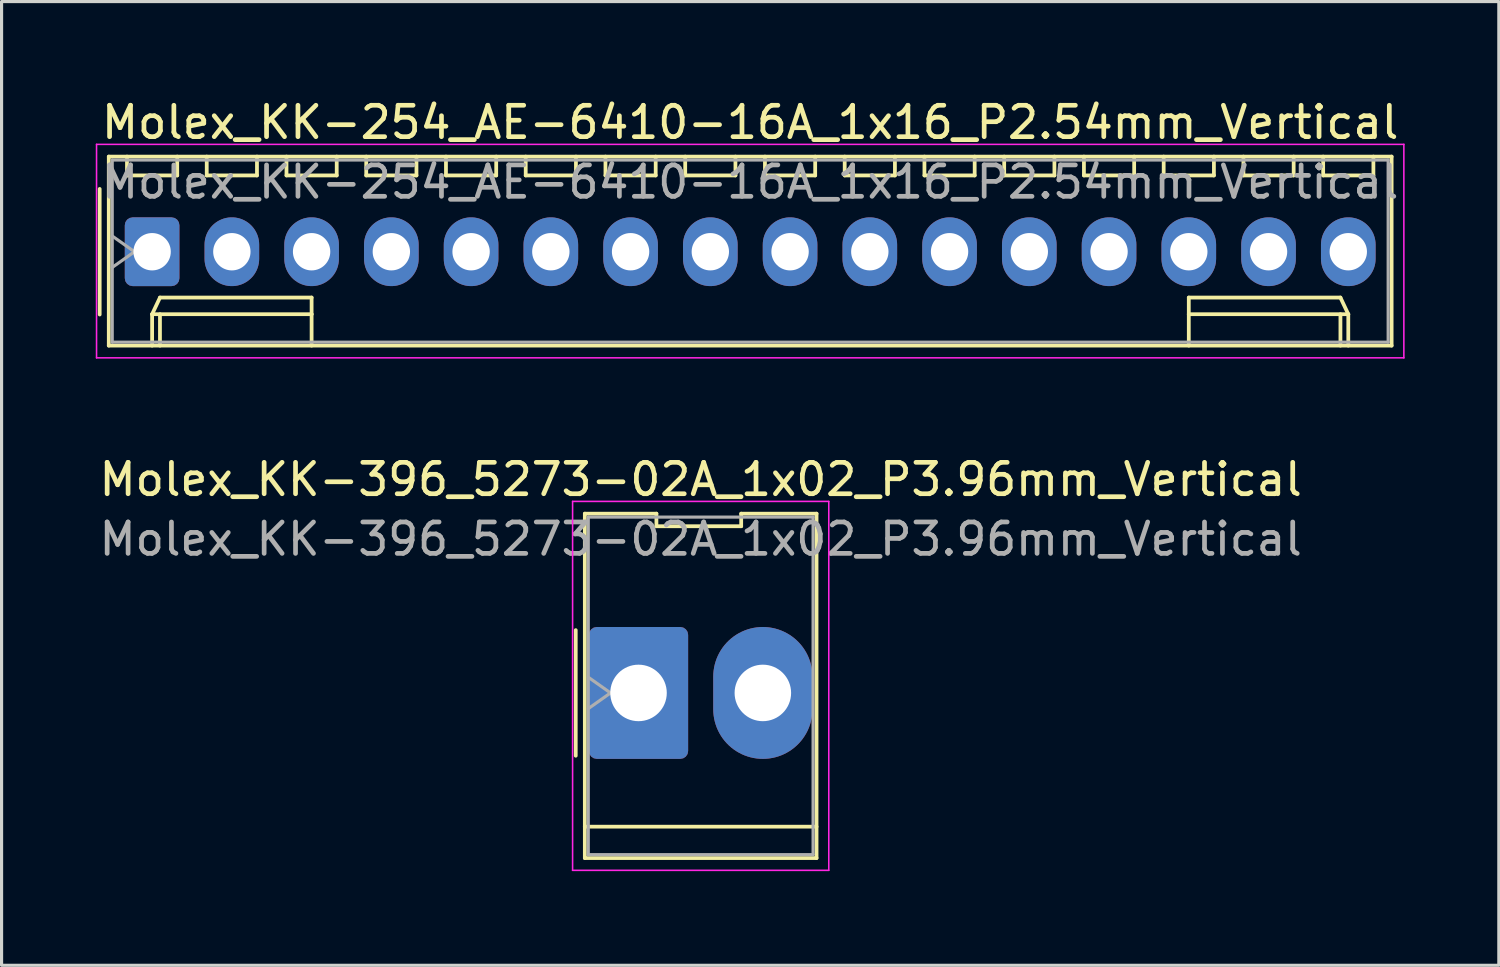
<source format=kicad_pcb>
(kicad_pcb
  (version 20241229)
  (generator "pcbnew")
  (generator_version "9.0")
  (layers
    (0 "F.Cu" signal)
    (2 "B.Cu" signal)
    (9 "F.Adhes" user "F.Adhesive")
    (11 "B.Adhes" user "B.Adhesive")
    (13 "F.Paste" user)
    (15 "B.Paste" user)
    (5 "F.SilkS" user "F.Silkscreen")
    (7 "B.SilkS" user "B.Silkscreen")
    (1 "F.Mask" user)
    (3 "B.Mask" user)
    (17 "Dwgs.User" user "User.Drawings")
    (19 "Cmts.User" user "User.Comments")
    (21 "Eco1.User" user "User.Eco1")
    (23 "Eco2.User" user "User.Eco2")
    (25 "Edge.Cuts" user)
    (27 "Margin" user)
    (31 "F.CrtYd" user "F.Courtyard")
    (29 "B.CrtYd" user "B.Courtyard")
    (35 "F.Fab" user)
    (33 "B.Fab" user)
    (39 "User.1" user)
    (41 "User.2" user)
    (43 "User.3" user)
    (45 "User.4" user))
  (footprint "Molex_KK-396_5273-02A_1x02_P3.96mm_Vertical"
    (layer "F.Cu")
    (at 17.288 19.021)
    (property "Reference" "Molex_KK-396_5273-02A_1x02_P3.96mm_Vertical" (at 1.98 -6.8 0) (layer "F.SilkS") (effects (font (size 1 1) (thickness 0.15))))
    (attr through_hole)
    (fp_line (start -2 -2) (end -2 2) (stroke (width 0.12) (type solid)) (layer "F.SilkS"))
    (fp_line (start -1.71 -5.71) (end 0.57 -5.71) (stroke (width 0.12) (type solid)) (layer "F.SilkS"))
    (fp_line (start -1.71 4.26) (end -1.71 -5.71) (stroke (width 0.12) (type solid)) (layer "F.SilkS"))
    (fp_line (start -1.71 4.26) (end 5.67 4.26) (stroke (width 0.12) (type solid)) (layer "F.SilkS"))
    (fp_line (start -1.71 5.26) (end -1.71 4.26) (stroke (width 0.12) (type solid)) (layer "F.SilkS"))
    (fp_line (start 0.57 -5.71) (end 0.57 -5.31) (stroke (width 0.12) (type solid)) (layer "F.SilkS"))
    (fp_line (start 0.57 -5.31) (end 3.27 -5.31) (stroke (width 0.12) (type solid)) (layer "F.SilkS"))
    (fp_line (start 3.27 -5.71) (end 5.67 -5.71) (stroke (width 0.12) (type solid)) (layer "F.SilkS"))
    (fp_line (start 3.27 -5.31) (end 3.27 -5.71) (stroke (width 0.12) (type solid)) (layer "F.SilkS"))
    (fp_line (start 5.67 -5.71) (end 5.67 5.26) (stroke (width 0.12) (type solid)) (layer "F.SilkS"))
    (fp_line (start 5.67 5.26) (end -1.71 5.26) (stroke (width 0.12) (type solid)) (layer "F.SilkS"))
    (fp_line (start -2.1 -6.1) (end -2.1 5.65) (stroke (width 0.05) (type solid)) (layer "F.CrtYd"))
    (fp_line (start -2.1 5.65) (end 6.06 5.65) (stroke (width 0.05) (type solid)) (layer "F.CrtYd"))
    (fp_line (start 6.06 -6.1) (end -2.1 -6.1) (stroke (width 0.05) (type solid)) (layer "F.CrtYd"))
    (fp_line (start 6.06 5.65) (end 6.06 -6.1) (stroke (width 0.05) (type solid)) (layer "F.CrtYd"))
    (fp_line (start -1.6 -5.6) (end 5.56 -5.6) (stroke (width 0.1) (type solid)) (layer "F.Fab"))
    (fp_line (start -1.6 -0.5) (end -0.893 0) (stroke (width 0.1) (type solid)) (layer "F.Fab"))
    (fp_line (start -1.6 5.15) (end -1.6 -5.6) (stroke (width 0.1) (type solid)) (layer "F.Fab"))
    (fp_line (start -0.893 0) (end -1.6 0.5) (stroke (width 0.1) (type solid)) (layer "F.Fab"))
    (fp_line (start 5.56 -5.6) (end 5.56 5.15) (stroke (width 0.1) (type solid)) (layer "F.Fab"))
    (fp_line (start 5.56 5.15) (end -1.6 5.15) (stroke (width 0.1) (type solid)) (layer "F.Fab"))
    (fp_text user "${REFERENCE}" (at 1.98 -4.9 0) (layer "F.Fab") (effects (font (size 1 1) (thickness 0.15))))
    (pad "1" thru_hole roundrect (at 0 0) (size 3.16 4.2) (drill 1.8) (layers "*.Cu" "*.Mask") (roundrect_rratio 0.079))
    (pad "2" thru_hole oval (at 3.96 0) (size 3.16 4.2) (drill 1.8) (layers "*.Cu" "*.Mask")))
  (footprint "Molex_KK-254_AE-6410-16A_1x16_P2.54mm_Vertical"
    (layer "F.Cu")
    (at 1.795 4.968)
    (property "Reference" "Molex_KK-254_AE-6410-16A_1x16_P2.54mm_Vertical" (at 19.05 -4.12 0) (layer "F.SilkS") (effects (font (size 1 1) (thickness 0.15))))
    (attr through_hole)
    (fp_line (start -1.67 -2) (end -1.67 2) (stroke (width 0.12) (type solid)) (layer "F.SilkS"))
    (fp_line (start -1.38 -3.03) (end -1.38 2.99) (stroke (width 0.12) (type solid)) (layer "F.SilkS"))
    (fp_line (start -1.38 2.99) (end 39.48 2.99) (stroke (width 0.12) (type solid)) (layer "F.SilkS"))
    (fp_line (start -0.8 -3.03) (end -0.8 -2.43) (stroke (width 0.12) (type solid)) (layer "F.SilkS"))
    (fp_line (start -0.8 -2.43) (end 0.8 -2.43) (stroke (width 0.12) (type solid)) (layer "F.SilkS"))
    (fp_line (start 0 1.99) (end 0.25 1.46) (stroke (width 0.12) (type solid)) (layer "F.SilkS"))
    (fp_line (start 0 1.99) (end 5.08 1.99) (stroke (width 0.12) (type solid)) (layer "F.SilkS"))
    (fp_line (start 0 2.99) (end 0 1.99) (stroke (width 0.12) (type solid)) (layer "F.SilkS"))
    (fp_line (start 0.25 1.46) (end 5.08 1.46) (stroke (width 0.12) (type solid)) (layer "F.SilkS"))
    (fp_line (start 0.25 2.99) (end 0.25 1.99) (stroke (width 0.12) (type solid)) (layer "F.SilkS"))
    (fp_line (start 0.8 -2.43) (end 0.8 -3.03) (stroke (width 0.12) (type solid)) (layer "F.SilkS"))
    (fp_line (start 1.74 -3.03) (end 1.74 -2.43) (stroke (width 0.12) (type solid)) (layer "F.SilkS"))
    (fp_line (start 1.74 -2.43) (end 3.34 -2.43) (stroke (width 0.12) (type solid)) (layer "F.SilkS"))
    (fp_line (start 3.34 -2.43) (end 3.34 -3.03) (stroke (width 0.12) (type solid)) (layer "F.SilkS"))
    (fp_line (start 4.28 -3.03) (end 4.28 -2.43) (stroke (width 0.12) (type solid)) (layer "F.SilkS"))
    (fp_line (start 4.28 -2.43) (end 5.88 -2.43) (stroke (width 0.12) (type solid)) (layer "F.SilkS"))
    (fp_line (start 5.08 1.46) (end 5.08 1.99) (stroke (width 0.12) (type solid)) (layer "F.SilkS"))
    (fp_line (start 5.08 1.99) (end 5.08 2.99) (stroke (width 0.12) (type solid)) (layer "F.SilkS"))
    (fp_line (start 5.88 -2.43) (end 5.88 -3.03) (stroke (width 0.12) (type solid)) (layer "F.SilkS"))
    (fp_line (start 6.82 -3.03) (end 6.82 -2.43) (stroke (width 0.12) (type solid)) (layer "F.SilkS"))
    (fp_line (start 6.82 -2.43) (end 8.42 -2.43) (stroke (width 0.12) (type solid)) (layer "F.SilkS"))
    (fp_line (start 8.42 -2.43) (end 8.42 -3.03) (stroke (width 0.12) (type solid)) (layer "F.SilkS"))
    (fp_line (start 9.36 -3.03) (end 9.36 -2.43) (stroke (width 0.12) (type solid)) (layer "F.SilkS"))
    (fp_line (start 9.36 -2.43) (end 10.96 -2.43) (stroke (width 0.12) (type solid)) (layer "F.SilkS"))
    (fp_line (start 10.96 -2.43) (end 10.96 -3.03) (stroke (width 0.12) (type solid)) (layer "F.SilkS"))
    (fp_line (start 11.9 -3.03) (end 11.9 -2.43) (stroke (width 0.12) (type solid)) (layer "F.SilkS"))
    (fp_line (start 11.9 -2.43) (end 13.5 -2.43) (stroke (width 0.12) (type solid)) (layer "F.SilkS"))
    (fp_line (start 13.5 -2.43) (end 13.5 -3.03) (stroke (width 0.12) (type solid)) (layer "F.SilkS"))
    (fp_line (start 14.44 -3.03) (end 14.44 -2.43) (stroke (width 0.12) (type solid)) (layer "F.SilkS"))
    (fp_line (start 14.44 -2.43) (end 16.04 -2.43) (stroke (width 0.12) (type solid)) (layer "F.SilkS"))
    (fp_line (start 16.04 -2.43) (end 16.04 -3.03) (stroke (width 0.12) (type solid)) (layer "F.SilkS"))
    (fp_line (start 16.98 -3.03) (end 16.98 -2.43) (stroke (width 0.12) (type solid)) (layer "F.SilkS"))
    (fp_line (start 16.98 -2.43) (end 18.58 -2.43) (stroke (width 0.12) (type solid)) (layer "F.SilkS"))
    (fp_line (start 18.58 -2.43) (end 18.58 -3.03) (stroke (width 0.12) (type solid)) (layer "F.SilkS"))
    (fp_line (start 19.52 -3.03) (end 19.52 -2.43) (stroke (width 0.12) (type solid)) (layer "F.SilkS"))
    (fp_line (start 19.52 -2.43) (end 21.12 -2.43) (stroke (width 0.12) (type solid)) (layer "F.SilkS"))
    (fp_line (start 21.12 -2.43) (end 21.12 -3.03) (stroke (width 0.12) (type solid)) (layer "F.SilkS"))
    (fp_line (start 22.06 -3.03) (end 22.06 -2.43) (stroke (width 0.12) (type solid)) (layer "F.SilkS"))
    (fp_line (start 22.06 -2.43) (end 23.66 -2.43) (stroke (width 0.12) (type solid)) (layer "F.SilkS"))
    (fp_line (start 23.66 -2.43) (end 23.66 -3.03) (stroke (width 0.12) (type solid)) (layer "F.SilkS"))
    (fp_line (start 24.6 -3.03) (end 24.6 -2.43) (stroke (width 0.12) (type solid)) (layer "F.SilkS"))
    (fp_line (start 24.6 -2.43) (end 26.2 -2.43) (stroke (width 0.12) (type solid)) (layer "F.SilkS"))
    (fp_line (start 26.2 -2.43) (end 26.2 -3.03) (stroke (width 0.12) (type solid)) (layer "F.SilkS"))
    (fp_line (start 27.14 -3.03) (end 27.14 -2.43) (stroke (width 0.12) (type solid)) (layer "F.SilkS"))
    (fp_line (start 27.14 -2.43) (end 28.74 -2.43) (stroke (width 0.12) (type solid)) (layer "F.SilkS"))
    (fp_line (start 28.74 -2.43) (end 28.74 -3.03) (stroke (width 0.12) (type solid)) (layer "F.SilkS"))
    (fp_line (start 29.68 -3.03) (end 29.68 -2.43) (stroke (width 0.12) (type solid)) (layer "F.SilkS"))
    (fp_line (start 29.68 -2.43) (end 31.28 -2.43) (stroke (width 0.12) (type solid)) (layer "F.SilkS"))
    (fp_line (start 31.28 -2.43) (end 31.28 -3.03) (stroke (width 0.12) (type solid)) (layer "F.SilkS"))
    (fp_line (start 32.22 -3.03) (end 32.22 -2.43) (stroke (width 0.12) (type solid)) (layer "F.SilkS"))
    (fp_line (start 32.22 -2.43) (end 33.82 -2.43) (stroke (width 0.12) (type solid)) (layer "F.SilkS"))
    (fp_line (start 33.02 1.46) (end 33.02 1.99) (stroke (width 0.12) (type solid)) (layer "F.SilkS"))
    (fp_line (start 33.02 1.99) (end 33.02 2.99) (stroke (width 0.12) (type solid)) (layer "F.SilkS"))
    (fp_line (start 33.82 -2.43) (end 33.82 -3.03) (stroke (width 0.12) (type solid)) (layer "F.SilkS"))
    (fp_line (start 34.76 -3.03) (end 34.76 -2.43) (stroke (width 0.12) (type solid)) (layer "F.SilkS"))
    (fp_line (start 34.76 -2.43) (end 36.36 -2.43) (stroke (width 0.12) (type solid)) (layer "F.SilkS"))
    (fp_line (start 36.36 -2.43) (end 36.36 -3.03) (stroke (width 0.12) (type solid)) (layer "F.SilkS"))
    (fp_line (start 37.3 -3.03) (end 37.3 -2.43) (stroke (width 0.12) (type solid)) (layer "F.SilkS"))
    (fp_line (start 37.3 -2.43) (end 38.9 -2.43) (stroke (width 0.12) (type solid)) (layer "F.SilkS"))
    (fp_line (start 37.85 1.46) (end 33.02 1.46) (stroke (width 0.12) (type solid)) (layer "F.SilkS"))
    (fp_line (start 37.85 2.99) (end 37.85 1.99) (stroke (width 0.12) (type solid)) (layer "F.SilkS"))
    (fp_line (start 38.1 1.99) (end 33.02 1.99) (stroke (width 0.12) (type solid)) (layer "F.SilkS"))
    (fp_line (start 38.1 1.99) (end 37.85 1.46) (stroke (width 0.12) (type solid)) (layer "F.SilkS"))
    (fp_line (start 38.1 2.99) (end 38.1 1.99) (stroke (width 0.12) (type solid)) (layer "F.SilkS"))
    (fp_line (start 38.9 -2.43) (end 38.9 -3.03) (stroke (width 0.12) (type solid)) (layer "F.SilkS"))
    (fp_line (start 39.48 -3.03) (end -1.38 -3.03) (stroke (width 0.12) (type solid)) (layer "F.SilkS"))
    (fp_line (start 39.48 2.99) (end 39.48 -3.03) (stroke (width 0.12) (type solid)) (layer "F.SilkS"))
    (fp_line (start -1.77 -3.42) (end -1.77 3.38) (stroke (width 0.05) (type solid)) (layer "F.CrtYd"))
    (fp_line (start -1.77 3.38) (end 39.87 3.38) (stroke (width 0.05) (type solid)) (layer "F.CrtYd"))
    (fp_line (start 39.87 -3.42) (end -1.77 -3.42) (stroke (width 0.05) (type solid)) (layer "F.CrtYd"))
    (fp_line (start 39.87 3.38) (end 39.87 -3.42) (stroke (width 0.05) (type solid)) (layer "F.CrtYd"))
    (fp_line (start -1.27 -2.92) (end -1.27 2.88) (stroke (width 0.1) (type solid)) (layer "F.Fab"))
    (fp_line (start -1.27 -0.5) (end -0.563 0) (stroke (width 0.1) (type solid)) (layer "F.Fab"))
    (fp_line (start -1.27 2.88) (end 39.37 2.88) (stroke (width 0.1) (type solid)) (layer "F.Fab"))
    (fp_line (start -0.563 0) (end -1.27 0.5) (stroke (width 0.1) (type solid)) (layer "F.Fab"))
    (fp_line (start 39.37 -2.92) (end -1.27 -2.92) (stroke (width 0.1) (type solid)) (layer "F.Fab"))
    (fp_line (start 39.37 2.88) (end 39.37 -2.92) (stroke (width 0.1) (type solid)) (layer "F.Fab"))
    (fp_text user "${REFERENCE}" (at 19.05 -2.22 0) (layer "F.Fab") (effects (font (size 1 1) (thickness 0.15))))
    (pad "1" thru_hole roundrect (at 0 0) (size 1.74 2.19) (drill 1.19) (layers "*.Cu" "*.Mask") (roundrect_rratio 0.144))
    (pad "2" thru_hole oval (at 2.54 0) (size 1.74 2.19) (drill 1.19) (layers "*.Cu" "*.Mask"))
    (pad "3" thru_hole oval (at 5.08 0) (size 1.74 2.19) (drill 1.19) (layers "*.Cu" "*.Mask"))
    (pad "4" thru_hole oval (at 7.62 0) (size 1.74 2.19) (drill 1.19) (layers "*.Cu" "*.Mask"))
    (pad "5" thru_hole oval (at 10.16 0) (size 1.74 2.19) (drill 1.19) (layers "*.Cu" "*.Mask"))
    (pad "6" thru_hole oval (at 12.7 0) (size 1.74 2.19) (drill 1.19) (layers "*.Cu" "*.Mask"))
    (pad "7" thru_hole oval (at 15.24 0) (size 1.74 2.19) (drill 1.19) (layers "*.Cu" "*.Mask"))
    (pad "8" thru_hole oval (at 17.78 0) (size 1.74 2.19) (drill 1.19) (layers "*.Cu" "*.Mask"))
    (pad "9" thru_hole oval (at 20.32 0) (size 1.74 2.19) (drill 1.19) (layers "*.Cu" "*.Mask"))
    (pad "10" thru_hole oval (at 22.86 0) (size 1.74 2.19) (drill 1.19) (layers "*.Cu" "*.Mask"))
    (pad "11" thru_hole oval (at 25.4 0) (size 1.74 2.19) (drill 1.19) (layers "*.Cu" "*.Mask"))
    (pad "12" thru_hole oval (at 27.94 0) (size 1.74 2.19) (drill 1.19) (layers "*.Cu" "*.Mask"))
    (pad "13" thru_hole oval (at 30.48 0) (size 1.74 2.19) (drill 1.19) (layers "*.Cu" "*.Mask"))
    (pad "14" thru_hole oval (at 33.02 0) (size 1.74 2.19) (drill 1.19) (layers "*.Cu" "*.Mask"))
    (pad "15" thru_hole oval (at 35.56 0) (size 1.74 2.19) (drill 1.19) (layers "*.Cu" "*.Mask"))
    (pad "16" thru_hole oval (at 38.1 0) (size 1.74 2.19) (drill 1.19) (layers "*.Cu" "*.Mask")))
  (gr_rect
    (start -3 -3)
    (end 44.69 27.697)
    (stroke (width 0.1) (type default))
    (fill no)
    (layer "Edge.Cuts")))
</source>
